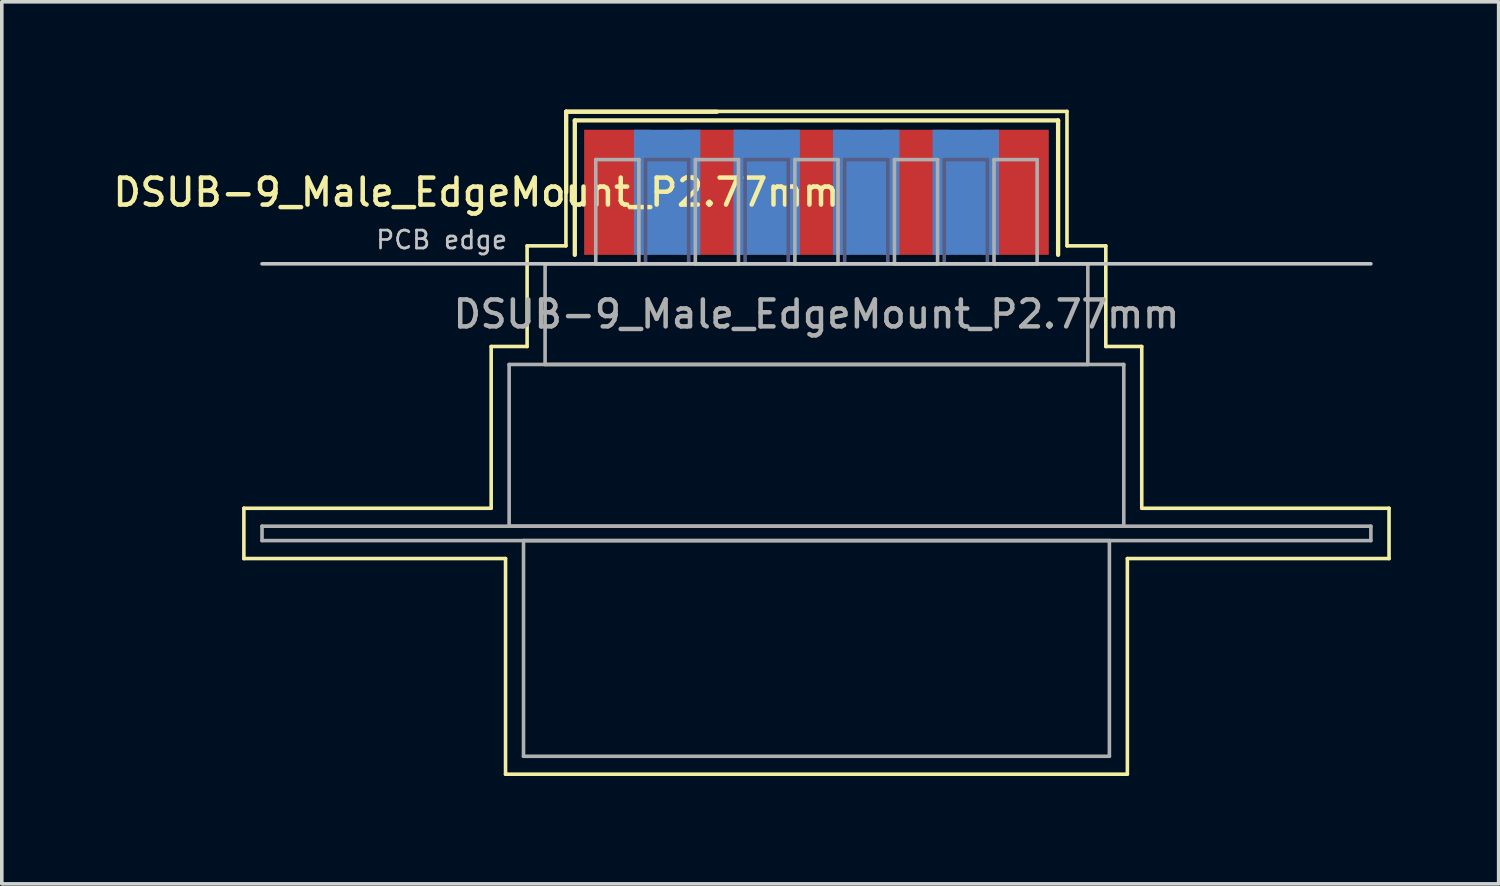
<source format=kicad_pcb>
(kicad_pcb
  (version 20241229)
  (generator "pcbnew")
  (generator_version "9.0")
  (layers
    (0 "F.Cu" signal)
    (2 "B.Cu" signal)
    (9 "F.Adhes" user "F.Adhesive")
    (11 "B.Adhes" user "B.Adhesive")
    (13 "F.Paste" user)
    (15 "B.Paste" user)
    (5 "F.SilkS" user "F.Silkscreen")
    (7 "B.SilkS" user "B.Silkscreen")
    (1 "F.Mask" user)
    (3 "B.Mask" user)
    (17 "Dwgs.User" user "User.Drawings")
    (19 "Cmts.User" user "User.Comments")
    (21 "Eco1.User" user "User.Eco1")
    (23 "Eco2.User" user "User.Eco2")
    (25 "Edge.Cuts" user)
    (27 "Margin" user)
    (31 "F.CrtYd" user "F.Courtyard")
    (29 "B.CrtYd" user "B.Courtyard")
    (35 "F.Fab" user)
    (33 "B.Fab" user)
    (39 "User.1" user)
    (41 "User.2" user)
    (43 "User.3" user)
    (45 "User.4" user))
  (footprint "DSUB-9_Male_EdgeMount_P2.77mm"
    (layer "F.Cu")
    (at 19.665 2.3)
    (property "Reference" "DSUB-9_Male_EdgeMount_P2.77mm" (at -9.463 0 0) (layer "F.SilkS") (effects (font (size 0.75 0.75) (thickness 0.125))))
    (attr smd)
    (fp_line (start -15.93 8.79) (end -9.05 8.79) (stroke (width 0.1) (type solid)) (layer "F.SilkS"))
    (fp_line (start -15.93 10.19) (end -15.93 8.79) (stroke (width 0.1) (type solid)) (layer "F.SilkS"))
    (fp_line (start -9.05 4.29) (end -8.05 4.29) (stroke (width 0.1) (type solid)) (layer "F.SilkS"))
    (fp_line (start -9.05 8.79) (end -9.05 4.29) (stroke (width 0.1) (type solid)) (layer "F.SilkS"))
    (fp_line (start -8.65 10.19) (end -15.93 10.19) (stroke (width 0.1) (type solid)) (layer "F.SilkS"))
    (fp_line (start -8.65 16.19) (end -8.65 10.19) (stroke (width 0.1) (type solid)) (layer "F.SilkS"))
    (fp_line (start -8.05 1.49) (end -6.97 1.49) (stroke (width 0.1) (type solid)) (layer "F.SilkS"))
    (fp_line (start -8.05 4.29) (end -8.05 1.49) (stroke (width 0.1) (type solid)) (layer "F.SilkS"))
    (fp_line (start -6.97 -2.25) (end 6.97 -2.25) (stroke (width 0.1) (type solid)) (layer "F.SilkS"))
    (fp_line (start -6.97 1.49) (end -6.97 -2.25) (stroke (width 0.1) (type solid)) (layer "F.SilkS"))
    (fp_line (start -6.963 -2.24) (end -2.77 -2.24) (stroke (width 0.12) (type solid)) (layer "F.SilkS"))
    (fp_line (start -6.963 0) (end -6.963 -2.24) (stroke (width 0.12) (type solid)) (layer "F.SilkS"))
    (fp_line (start -6.723 -2) (end -6.723 1.74) (stroke (width 0.12) (type solid)) (layer "F.SilkS"))
    (fp_line (start 6.723 -2) (end -6.723 -2) (stroke (width 0.12) (type solid)) (layer "F.SilkS"))
    (fp_line (start 6.723 1.74) (end 6.723 -2) (stroke (width 0.12) (type solid)) (layer "F.SilkS"))
    (fp_line (start 6.97 -2.25) (end 6.97 1.49) (stroke (width 0.1) (type solid)) (layer "F.SilkS"))
    (fp_line (start 6.97 1.49) (end 8.05 1.49) (stroke (width 0.1) (type solid)) (layer "F.SilkS"))
    (fp_line (start 8.05 1.49) (end 8.05 4.29) (stroke (width 0.1) (type solid)) (layer "F.SilkS"))
    (fp_line (start 8.05 4.29) (end 9.05 4.29) (stroke (width 0.1) (type solid)) (layer "F.SilkS"))
    (fp_line (start 8.65 10.19) (end 8.65 16.19) (stroke (width 0.1) (type solid)) (layer "F.SilkS"))
    (fp_line (start 8.65 16.19) (end -8.65 16.19) (stroke (width 0.1) (type solid)) (layer "F.SilkS"))
    (fp_line (start 9.05 4.29) (end 9.05 8.79) (stroke (width 0.1) (type solid)) (layer "F.SilkS"))
    (fp_line (start 9.05 8.79) (end 15.93 8.79) (stroke (width 0.1) (type solid)) (layer "F.SilkS"))
    (fp_line (start 15.93 8.79) (end 15.93 10.19) (stroke (width 0.1) (type solid)) (layer "F.SilkS"))
    (fp_line (start 15.93 10.19) (end 8.65 10.19) (stroke (width 0.1) (type solid)) (layer "F.SilkS"))
    (fp_line (start -15.425 1.99) (end 15.425 1.99) (stroke (width 0.1) (type solid)) (layer "Dwgs.User"))
    (fp_line (start -4.755 -0.91) (end -4.755 1.99) (stroke (width 0.1) (type solid)) (layer "B.Fab"))
    (fp_line (start -4.755 1.99) (end -3.555 1.99) (stroke (width 0.1) (type solid)) (layer "B.Fab"))
    (fp_line (start -3.555 -0.91) (end -4.755 -0.91) (stroke (width 0.1) (type solid)) (layer "B.Fab"))
    (fp_line (start -3.555 1.99) (end -3.555 -0.91) (stroke (width 0.1) (type solid)) (layer "B.Fab"))
    (fp_line (start -1.985 -0.91) (end -1.985 1.99) (stroke (width 0.1) (type solid)) (layer "B.Fab"))
    (fp_line (start -1.985 1.99) (end -0.785 1.99) (stroke (width 0.1) (type solid)) (layer "B.Fab"))
    (fp_line (start -0.785 -0.91) (end -1.985 -0.91) (stroke (width 0.1) (type solid)) (layer "B.Fab"))
    (fp_line (start -0.785 1.99) (end -0.785 -0.91) (stroke (width 0.1) (type solid)) (layer "B.Fab"))
    (fp_line (start 0.785 -0.91) (end 0.785 1.99) (stroke (width 0.1) (type solid)) (layer "B.Fab"))
    (fp_line (start 0.785 1.99) (end 1.985 1.99) (stroke (width 0.1) (type solid)) (layer "B.Fab"))
    (fp_line (start 1.985 -0.91) (end 0.785 -0.91) (stroke (width 0.1) (type solid)) (layer "B.Fab"))
    (fp_line (start 1.985 1.99) (end 1.985 -0.91) (stroke (width 0.1) (type solid)) (layer "B.Fab"))
    (fp_line (start 3.555 -0.91) (end 3.555 1.99) (stroke (width 0.1) (type solid)) (layer "B.Fab"))
    (fp_line (start 3.555 1.99) (end 4.755 1.99) (stroke (width 0.1) (type solid)) (layer "B.Fab"))
    (fp_line (start 4.755 -0.91) (end 3.555 -0.91) (stroke (width 0.1) (type solid)) (layer "B.Fab"))
    (fp_line (start 4.755 1.99) (end 4.755 -0.91) (stroke (width 0.1) (type solid)) (layer "B.Fab"))
    (fp_line (start -15.425 9.29) (end -15.425 9.69) (stroke (width 0.1) (type solid)) (layer "F.Fab"))
    (fp_line (start -15.425 9.69) (end 15.425 9.69) (stroke (width 0.1) (type solid)) (layer "F.Fab"))
    (fp_line (start -8.55 4.79) (end -8.55 9.29) (stroke (width 0.1) (type solid)) (layer "F.Fab"))
    (fp_line (start -8.55 9.29) (end 8.55 9.29) (stroke (width 0.1) (type solid)) (layer "F.Fab"))
    (fp_line (start -8.15 9.69) (end -8.15 15.69) (stroke (width 0.1) (type solid)) (layer "F.Fab"))
    (fp_line (start -8.15 15.69) (end 8.15 15.69) (stroke (width 0.1) (type solid)) (layer "F.Fab"))
    (fp_line (start -7.55 1.99) (end -7.55 4.79) (stroke (width 0.1) (type solid)) (layer "F.Fab"))
    (fp_line (start -7.55 4.79) (end 7.55 4.79) (stroke (width 0.1) (type solid)) (layer "F.Fab"))
    (fp_line (start -6.14 -0.91) (end -6.14 1.99) (stroke (width 0.1) (type solid)) (layer "F.Fab"))
    (fp_line (start -6.14 1.99) (end -4.94 1.99) (stroke (width 0.1) (type solid)) (layer "F.Fab"))
    (fp_line (start -4.94 -0.91) (end -6.14 -0.91) (stroke (width 0.1) (type solid)) (layer "F.Fab"))
    (fp_line (start -4.94 1.99) (end -4.94 -0.91) (stroke (width 0.1) (type solid)) (layer "F.Fab"))
    (fp_line (start -3.37 -0.91) (end -3.37 1.99) (stroke (width 0.1) (type solid)) (layer "F.Fab"))
    (fp_line (start -3.37 1.99) (end -2.17 1.99) (stroke (width 0.1) (type solid)) (layer "F.Fab"))
    (fp_line (start -2.17 -0.91) (end -3.37 -0.91) (stroke (width 0.1) (type solid)) (layer "F.Fab"))
    (fp_line (start -2.17 1.99) (end -2.17 -0.91) (stroke (width 0.1) (type solid)) (layer "F.Fab"))
    (fp_line (start -0.6 -0.91) (end -0.6 1.99) (stroke (width 0.1) (type solid)) (layer "F.Fab"))
    (fp_line (start -0.6 1.99) (end 0.6 1.99) (stroke (width 0.1) (type solid)) (layer "F.Fab"))
    (fp_line (start 0.6 -0.91) (end -0.6 -0.91) (stroke (width 0.1) (type solid)) (layer "F.Fab"))
    (fp_line (start 0.6 1.99) (end 0.6 -0.91) (stroke (width 0.1) (type solid)) (layer "F.Fab"))
    (fp_line (start 2.17 -0.91) (end 2.17 1.99) (stroke (width 0.1) (type solid)) (layer "F.Fab"))
    (fp_line (start 2.17 1.99) (end 3.37 1.99) (stroke (width 0.1) (type solid)) (layer "F.Fab"))
    (fp_line (start 3.37 -0.91) (end 2.17 -0.91) (stroke (width 0.1) (type solid)) (layer "F.Fab"))
    (fp_line (start 3.37 1.99) (end 3.37 -0.91) (stroke (width 0.1) (type solid)) (layer "F.Fab"))
    (fp_line (start 4.94 -0.91) (end 4.94 1.99) (stroke (width 0.1) (type solid)) (layer "F.Fab"))
    (fp_line (start 4.94 1.99) (end 6.14 1.99) (stroke (width 0.1) (type solid)) (layer "F.Fab"))
    (fp_line (start 6.14 -0.91) (end 4.94 -0.91) (stroke (width 0.1) (type solid)) (layer "F.Fab"))
    (fp_line (start 6.14 1.99) (end 6.14 -0.91) (stroke (width 0.1) (type solid)) (layer "F.Fab"))
    (fp_line (start 7.55 1.99) (end -7.55 1.99) (stroke (width 0.1) (type solid)) (layer "F.Fab"))
    (fp_line (start 7.55 4.79) (end 7.55 1.99) (stroke (width 0.1) (type solid)) (layer "F.Fab"))
    (fp_line (start 8.15 9.69) (end -8.15 9.69) (stroke (width 0.1) (type solid)) (layer "F.Fab"))
    (fp_line (start 8.15 15.69) (end 8.15 9.69) (stroke (width 0.1) (type solid)) (layer "F.Fab"))
    (fp_line (start 8.55 4.79) (end -8.55 4.79) (stroke (width 0.1) (type solid)) (layer "F.Fab"))
    (fp_line (start 8.55 9.29) (end 8.55 4.79) (stroke (width 0.1) (type solid)) (layer "F.Fab"))
    (fp_line (start 15.425 9.29) (end -15.425 9.29) (stroke (width 0.1) (type solid)) (layer "F.Fab"))
    (fp_line (start 15.425 9.69) (end 15.425 9.29) (stroke (width 0.1) (type solid)) (layer "F.Fab"))
    (fp_text user "PCB edge" (at -10.425 1.323 0) (layer "Dwgs.User") (effects (font (size 0.5 0.5) (thickness 0.075))))
    (fp_text user "${REFERENCE}" (at 0 3.39 0) (layer "F.Fab") (effects (font (size 0.75 0.75) (thickness 0.125))))
    (pad "1" smd rect (at -5.54 0) (size 1.847 3.48) (layers "F.Cu" "F.Mask" "F.Paste"))
    (pad "2" smd rect (at -2.77 0) (size 1.847 3.48) (layers "F.Cu" "F.Mask" "F.Paste"))
    (pad "3" smd rect (at 0 0) (size 1.847 3.48) (layers "F.Cu" "F.Mask" "F.Paste"))
    (pad "4" smd rect (at 2.77 0) (size 1.847 3.48) (layers "F.Cu" "F.Mask" "F.Paste"))
    (pad "5" smd rect (at 5.54 0) (size 1.847 3.48) (layers "F.Cu" "F.Mask" "F.Paste"))
    (pad "6" smd rect (at -4.155 0) (size 1.847 3.48) (layers "B.Cu" "B.Mask" "B.Paste"))
    (pad "7" smd rect (at -1.385 0) (size 1.847 3.48) (layers "B.Cu" "B.Mask" "B.Paste"))
    (pad "8" smd rect (at 1.385 0) (size 1.847 3.48) (layers "B.Cu" "B.Mask" "B.Paste"))
    (pad "9" smd rect (at 4.155 0) (size 1.847 3.48) (layers "B.Cu" "B.Mask" "B.Paste")))
  (gr_rect
    (start -3 -3)
    (end 38.645 21.54)
    (stroke (width 0.1) (type default))
    (fill no)
    (layer "Edge.Cuts")))
</source>
